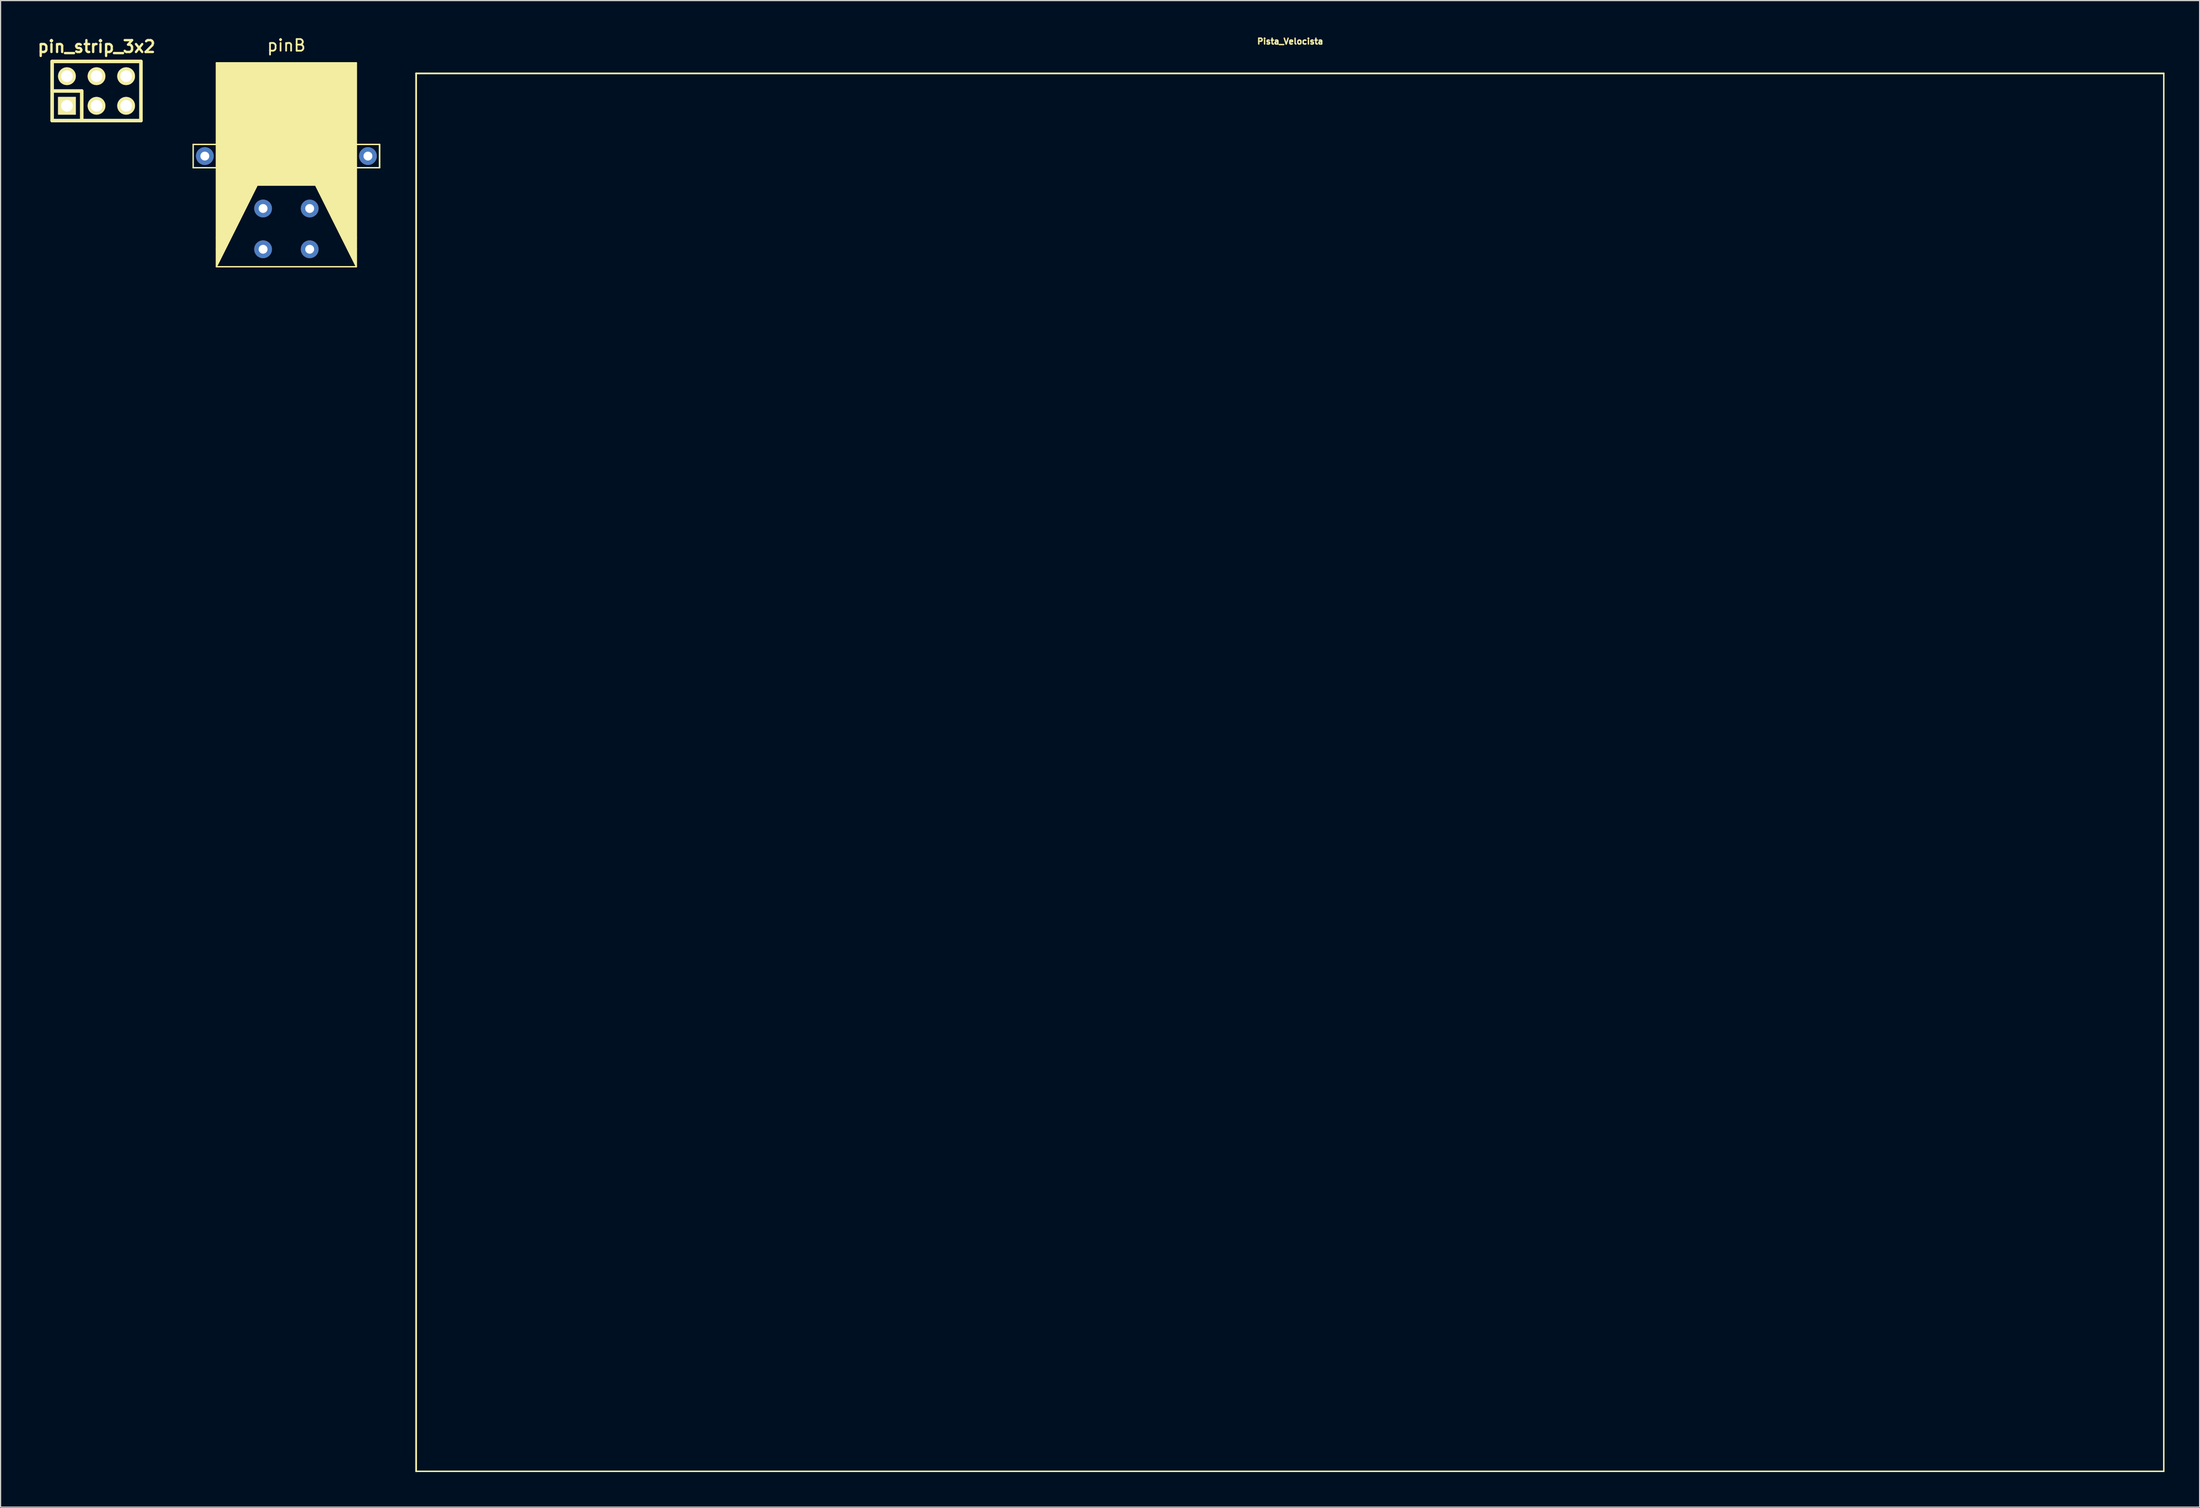
<source format=kicad_pcb>
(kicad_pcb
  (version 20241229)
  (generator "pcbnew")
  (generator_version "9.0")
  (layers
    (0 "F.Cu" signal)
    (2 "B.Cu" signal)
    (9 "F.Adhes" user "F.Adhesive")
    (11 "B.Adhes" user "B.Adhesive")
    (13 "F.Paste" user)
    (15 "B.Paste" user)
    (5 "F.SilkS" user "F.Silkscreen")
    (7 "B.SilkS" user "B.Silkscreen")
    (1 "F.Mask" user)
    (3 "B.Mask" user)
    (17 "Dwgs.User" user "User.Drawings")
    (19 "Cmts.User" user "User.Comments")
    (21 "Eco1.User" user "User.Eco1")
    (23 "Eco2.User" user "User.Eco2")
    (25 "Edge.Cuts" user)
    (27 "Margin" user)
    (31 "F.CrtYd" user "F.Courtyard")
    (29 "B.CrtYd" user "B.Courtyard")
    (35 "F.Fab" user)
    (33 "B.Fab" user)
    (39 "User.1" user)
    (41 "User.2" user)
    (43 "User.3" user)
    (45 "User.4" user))
  (footprint "pinB"
    (layer "F.Cu")
    (at 21.53 10.348)
    (property "Reference" "pinB" (at 0 -9.5 0) (layer "F.SilkS") (effects (font (size 1 1) (thickness 0.15))))
    (attr through_hole)
    (fp_line (start -8 -1) (end -8 1) (stroke (width 0.12) (type solid)) (layer "F.SilkS"))
    (fp_line (start -8 -1) (end -7 -1) (stroke (width 0.12) (type solid)) (layer "F.SilkS"))
    (fp_line (start -7 1) (end -8 1) (stroke (width 0.12) (type solid)) (layer "F.SilkS"))
    (fp_line (start -7 1) (end -6 1) (stroke (width 0.12) (type solid)) (layer "F.SilkS"))
    (fp_line (start -6 -8) (end -6 7) (stroke (width 0.12) (type solid)) (layer "F.SilkS"))
    (fp_line (start -6 -8) (end 6 -8) (stroke (width 0.12) (type solid)) (layer "F.SilkS"))
    (fp_line (start -6 -1) (end -7 -1) (stroke (width 0.12) (type solid)) (layer "F.SilkS"))
    (fp_line (start -6 7) (end -6 8) (stroke (width 0.12) (type solid)) (layer "F.SilkS"))
    (fp_line (start -6 9.5) (end -6 8) (stroke (width 0.12) (type solid)) (layer "F.SilkS"))
    (fp_line (start -6 9.5) (end 6 9.5) (stroke (width 0.12) (type solid)) (layer "F.SilkS"))
    (fp_line (start 6 1) (end 7 1) (stroke (width 0.12) (type solid)) (layer "F.SilkS"))
    (fp_line (start 6 7) (end 6 -8) (stroke (width 0.12) (type solid)) (layer "F.SilkS"))
    (fp_line (start 6 8) (end 6 7) (stroke (width 0.12) (type solid)) (layer "F.SilkS"))
    (fp_line (start 6 8) (end 6 9.5) (stroke (width 0.12) (type solid)) (layer "F.SilkS"))
    (fp_line (start 7 -1) (end 6 -1) (stroke (width 0.12) (type solid)) (layer "F.SilkS"))
    (fp_line (start 7 -1) (end 8 -1) (stroke (width 0.12) (type solid)) (layer "F.SilkS"))
    (fp_line (start 8 -1) (end 8 1) (stroke (width 0.12) (type solid)) (layer "F.SilkS"))
    (fp_line (start 8 1) (end 7 1) (stroke (width 0.12) (type solid)) (layer "F.SilkS"))
    (fp_line (start 8 1) (end 8 -1) (stroke (width 0.12) (type solid)) (layer "F.SilkS"))
    (fp_poly (pts (xy 6 9.5) (xy 2.5 2.5) (xy -2.5 2.5) (xy -6 9.5) (xy -6 -8) (xy 6 -8)) (stroke (width 0.1) (type solid)) (fill yes) (layer "F.SilkS"))
    (pad "1" thru_hole circle (at 2 4.5) (size 1.524 1.524) (drill 0.762) (layers "*.Cu" "*.Mask"))
    (pad "2" thru_hole circle (at -2 4.5) (size 1.524 1.524) (drill 0.762) (layers "*.Cu" "*.Mask"))
    (pad "3" thru_hole circle (at -2 8) (size 1.524 1.524) (drill 0.762) (layers "*.Cu" "*.Mask"))
    (pad "4" thru_hole circle (at 2 8) (size 1.524 1.524) (drill 0.762) (layers "*.Cu" "*.Mask"))
    (pad "5" thru_hole circle (at 7 0) (size 1.524 1.524) (drill 0.762) (layers "*.Cu" "*.Mask"))
    (pad "6" thru_hole circle (at -7 0) (size 1.524 1.524) (drill 0.762) (layers "*.Cu" "*.Mask")))
  (footprint "Pista_Velocista"
    (layer "F.Cu")
    (at 107.665 63.252)
    (property "Reference" "Pista_Velocista" (at 0.025 -62.75 0) (layer "F.SilkS") (effects (font (size 0.5 0.5) (thickness 0.119))))
    (attr through_hole)
    (fp_line (start -75 -60) (end -75 60) (stroke (width 0.15) (type solid)) (layer "F.SilkS"))
    (fp_line (start -75 -60) (end 75 -60) (stroke (width 0.15) (type solid)) (layer "F.SilkS"))
    (fp_line (start -75 60) (end 75 60) (stroke (width 0.127) (type solid)) (layer "F.SilkS"))
    (fp_line (start 75 -60) (end 75 60) (stroke (width 0.127) (type solid)) (layer "F.SilkS")))
  (footprint "pin_strip_3x2"
    (layer "F.Cu")
    (at 5.235 4.761)
    (property "Reference" "pin_strip_3x2" (at 0 -3.81 0) (layer "F.SilkS") (effects (font (size 1.016 1.016) (thickness 0.203))))
    (attr through_hole)
    (fp_line (start -3.81 -2.54) (end -3.81 2.54) (stroke (width 0.305) (type solid)) (layer "F.SilkS"))
    (fp_line (start -3.81 -2.54) (end 3.81 -2.54) (stroke (width 0.305) (type solid)) (layer "F.SilkS"))
    (fp_line (start -3.81 0) (end -1.27 0) (stroke (width 0.305) (type solid)) (layer "F.SilkS"))
    (fp_line (start -1.27 0) (end -1.27 2.54) (stroke (width 0.305) (type solid)) (layer "F.SilkS"))
    (fp_line (start 3.81 -2.54) (end 3.81 2.54) (stroke (width 0.305) (type solid)) (layer "F.SilkS"))
    (fp_line (start 3.81 2.54) (end -3.81 2.54) (stroke (width 0.305) (type solid)) (layer "F.SilkS"))
    (pad "1" thru_hole rect (at -2.54 1.27) (size 1.524 1.524) (drill 1.001) (layers "*.Cu" "*.Mask" "F.SilkS"))
    (pad "2" thru_hole oval (at -2.54 -1.27) (size 1.524 1.524) (drill 1.001) (layers "*.Cu" "*.Mask" "F.SilkS"))
    (pad "3" thru_hole oval (at 0 1.27) (size 1.524 1.524) (drill 1.001) (layers "*.Cu" "*.Mask" "F.SilkS"))
    (pad "4" thru_hole oval (at 0 -1.27) (size 1.524 1.524) (drill 1.001) (layers "*.Cu" "*.Mask" "F.SilkS"))
    (pad "5" thru_hole oval (at 2.54 1.27) (size 1.524 1.524) (drill 1.001) (layers "*.Cu" "*.Mask" "F.SilkS"))
    (pad "6" thru_hole oval (at 2.54 -1.27) (size 1.524 1.524) (drill 1.001) (layers "*.Cu" "*.Mask" "F.SilkS")))
  (gr_rect
    (start -3 -3)
    (end 185.74 126.327)
    (stroke (width 0.1) (type default))
    (fill no)
    (layer "Edge.Cuts")))
</source>
